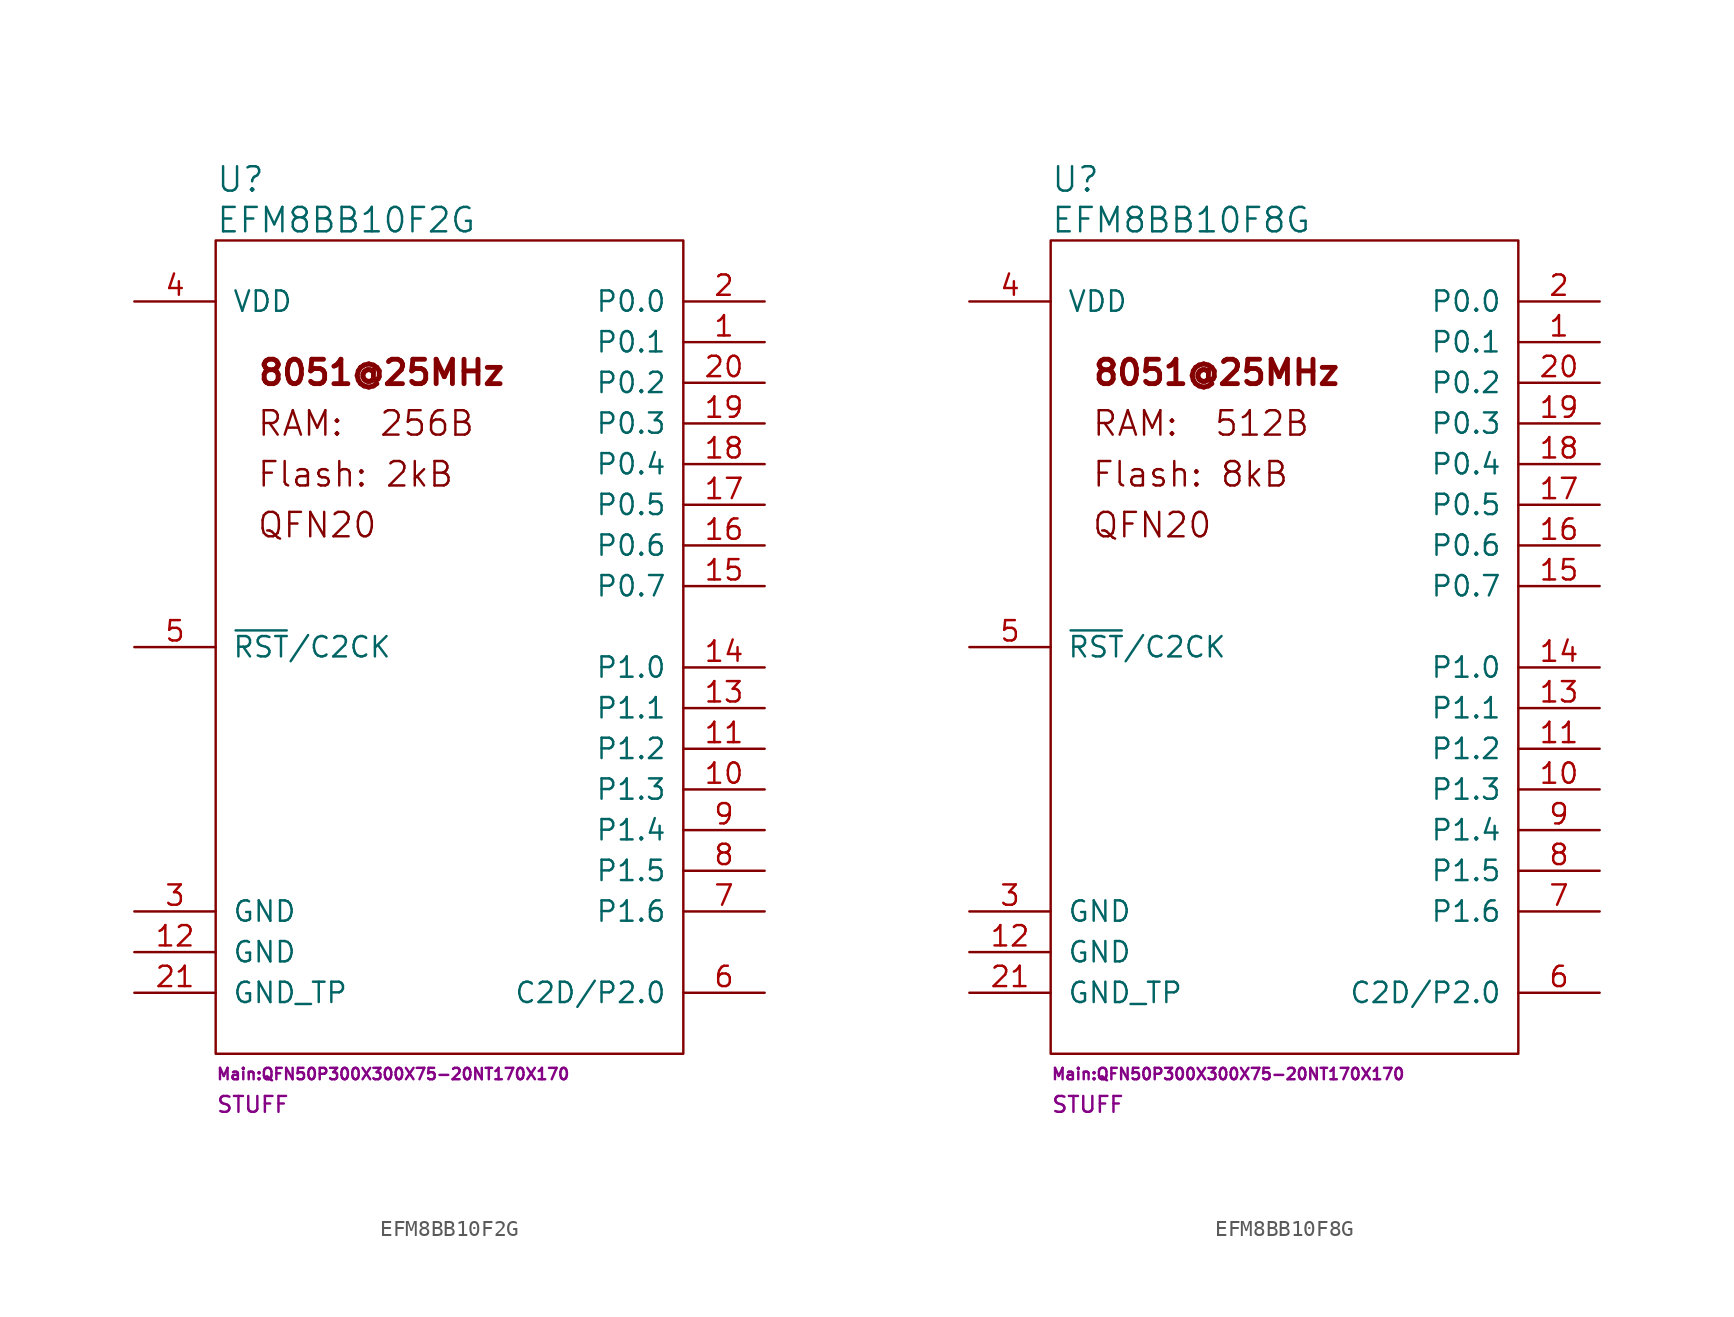
<source format=kicad_sym>
(kicad_symbol_lib
  (version 20211014)
  (generator kicad_symbol_editor)
  (symbol "EFM8BB10F2G"
    (pin_names
      (offset 1.016))
    (property "Reference" "U"
      (at -15.24 29.21 0)
      (effects (font (size 1.524 1.524)) (justify left)))
    (property "Value" "EFM8BB10F2G"
      (at -15.24 26.67 0)
      (effects (font (size 1.524 1.524)) (justify left)))
    (property "Footprint" "Main:QFN50P300X300X75-20NT170X170"
      (at -15.24 -26.67 0)
      (effects (font (size 0.711 0.711)) (justify left)))
    (property "Datasheet" ""
      (at 0 -15.24 0)
      (effects (font (size 1.524 1.524))))
    (property "SKU" "STUFF"
      (at -15.24 -28.575 0)
      (effects (font (size 0.991 0.991)) (justify left)))
    (symbol "EFM8BB10F2G_0_0"
      (text "8051@25MHz" (at -12.7 17.145 0) (effects (font (size 1.524 1.524) bold) (justify left)))
      (text "Flash: 2kB" (at -12.7 10.795 0) (effects (font (size 1.524 1.524)) (justify left)))
      (text "QFN20" (at -12.7 7.62 0) (effects (font (size 1.524 1.524)) (justify left)))
      (text "RAM:  256B" (at -12.7 13.97 0) (effects (font (size 1.524 1.524)) (justify left))))
    (symbol "EFM8BB10F2G_0_1"
      (rectangle (start -15.24 25.4) (end 13.97 -25.4) (stroke (width 0) (type default) (color 0 0 0 0)) (fill (type none))))
    (symbol "EFM8BB10F2G_1_1"
      (pin bidirectional line (at 19.05 19.05 180) (length 5.08) (name "P0.1" (effects (font (size 1.27 1.27)))) (number "1" (effects (font (size 1.27 1.27)))))
      (pin bidirectional line (at 19.05 -8.89 180) (length 5.08) (name "P1.3" (effects (font (size 1.27 1.27)))) (number "10" (effects (font (size 1.27 1.27)))))
      (pin bidirectional line (at 19.05 -6.35 180) (length 5.08) (name "P1.2" (effects (font (size 1.27 1.27)))) (number "11" (effects (font (size 1.27 1.27)))))
      (pin power_in line (at -20.32 -19.05 0) (length 5.08) (name "GND" (effects (font (size 1.27 1.27)))) (number "12" (effects (font (size 1.27 1.27)))))
      (pin bidirectional line (at 19.05 -3.81 180) (length 5.08) (name "P1.1" (effects (font (size 1.27 1.27)))) (number "13" (effects (font (size 1.27 1.27)))))
      (pin bidirectional line (at 19.05 -1.27 180) (length 5.08) (name "P1.0" (effects (font (size 1.27 1.27)))) (number "14" (effects (font (size 1.27 1.27)))))
      (pin bidirectional line (at 19.05 3.81 180) (length 5.08) (name "P0.7" (effects (font (size 1.27 1.27)))) (number "15" (effects (font (size 1.27 1.27)))))
      (pin bidirectional line (at 19.05 6.35 180) (length 5.08) (name "P0.6" (effects (font (size 1.27 1.27)))) (number "16" (effects (font (size 1.27 1.27)))))
      (pin bidirectional line (at 19.05 8.89 180) (length 5.08) (name "P0.5" (effects (font (size 1.27 1.27)))) (number "17" (effects (font (size 1.27 1.27)))))
      (pin bidirectional line (at 19.05 11.43 180) (length 5.08) (name "P0.4" (effects (font (size 1.27 1.27)))) (number "18" (effects (font (size 1.27 1.27)))))
      (pin bidirectional line (at 19.05 13.97 180) (length 5.08) (name "P0.3" (effects (font (size 1.27 1.27)))) (number "19" (effects (font (size 1.27 1.27)))))
      (pin bidirectional line (at 19.05 21.59 180) (length 5.08) (name "P0.0" (effects (font (size 1.27 1.27)))) (number "2" (effects (font (size 1.27 1.27)))))
      (pin bidirectional line (at 19.05 16.51 180) (length 5.08) (name "P0.2" (effects (font (size 1.27 1.27)))) (number "20" (effects (font (size 1.27 1.27)))))
      (pin power_in line (at -20.32 -21.59 0) (length 5.08) (name "GND_TP" (effects (font (size 1.27 1.27)))) (number "21" (effects (font (size 1.27 1.27)))))
      (pin power_in line (at -20.32 -16.51 0) (length 5.08) (name "GND" (effects (font (size 1.27 1.27)))) (number "3" (effects (font (size 1.27 1.27)))))
      (pin power_in line (at -20.32 21.59 0) (length 5.08) (name "VDD" (effects (font (size 1.27 1.27)))) (number "4" (effects (font (size 1.27 1.27)))))
      (pin input line (at -20.32 0 0) (length 5.08) (name "~{RST}/C2CK" (effects (font (size 1.27 1.27)))) (number "5" (effects (font (size 1.27 1.27)))))
      (pin bidirectional line (at 19.05 -21.59 180) (length 5.08) (name "C2D/P2.0" (effects (font (size 1.27 1.27)))) (number "6" (effects (font (size 1.27 1.27)))))
      (pin bidirectional line (at 19.05 -16.51 180) (length 5.08) (name "P1.6" (effects (font (size 1.27 1.27)))) (number "7" (effects (font (size 1.27 1.27)))))
      (pin bidirectional line (at 19.05 -13.97 180) (length 5.08) (name "P1.5" (effects (font (size 1.27 1.27)))) (number "8" (effects (font (size 1.27 1.27)))))
      (pin bidirectional line (at 19.05 -11.43 180) (length 5.08) (name "P1.4" (effects (font (size 1.27 1.27)))) (number "9" (effects (font (size 1.27 1.27)))))))
  (symbol "EFM8BB10F8G"
    (pin_names
      (offset 1.016))
    (property "Reference" "U"
      (at -15.24 29.21 0)
      (effects (font (size 1.524 1.524)) (justify left)))
    (property "Value" "EFM8BB10F8G"
      (at -15.24 26.67 0)
      (effects (font (size 1.524 1.524)) (justify left)))
    (property "Footprint" "Main:QFN50P300X300X75-20NT170X170"
      (at -15.24 -26.67 0)
      (effects (font (size 0.711 0.711)) (justify left)))
    (property "Datasheet" ""
      (at 0 -15.24 0)
      (effects (font (size 1.524 1.524))))
    (property "SKU" "STUFF"
      (at -15.24 -28.575 0)
      (effects (font (size 0.991 0.991)) (justify left)))
    (symbol "EFM8BB10F8G_0_0"
      (text "8051@25MHz" (at -12.7 17.145 0) (effects (font (size 1.524 1.524) bold) (justify left)))
      (text "Flash: 8kB" (at -12.7 10.795 0) (effects (font (size 1.524 1.524)) (justify left)))
      (text "QFN20" (at -12.7 7.62 0) (effects (font (size 1.524 1.524)) (justify left)))
      (text "RAM:  512B" (at -12.7 13.97 0) (effects (font (size 1.524 1.524)) (justify left))))
    (symbol "EFM8BB10F8G_0_1"
      (rectangle (start -15.24 25.4) (end 13.97 -25.4) (stroke (width 0) (type default) (color 0 0 0 0)) (fill (type none))))
    (symbol "EFM8BB10F8G_1_1"
      (pin bidirectional line (at 19.05 19.05 180) (length 5.08) (name "P0.1" (effects (font (size 1.27 1.27)))) (number "1" (effects (font (size 1.27 1.27)))))
      (pin bidirectional line (at 19.05 -8.89 180) (length 5.08) (name "P1.3" (effects (font (size 1.27 1.27)))) (number "10" (effects (font (size 1.27 1.27)))))
      (pin bidirectional line (at 19.05 -6.35 180) (length 5.08) (name "P1.2" (effects (font (size 1.27 1.27)))) (number "11" (effects (font (size 1.27 1.27)))))
      (pin power_in line (at -20.32 -19.05 0) (length 5.08) (name "GND" (effects (font (size 1.27 1.27)))) (number "12" (effects (font (size 1.27 1.27)))))
      (pin bidirectional line (at 19.05 -3.81 180) (length 5.08) (name "P1.1" (effects (font (size 1.27 1.27)))) (number "13" (effects (font (size 1.27 1.27)))))
      (pin bidirectional line (at 19.05 -1.27 180) (length 5.08) (name "P1.0" (effects (font (size 1.27 1.27)))) (number "14" (effects (font (size 1.27 1.27)))))
      (pin bidirectional line (at 19.05 3.81 180) (length 5.08) (name "P0.7" (effects (font (size 1.27 1.27)))) (number "15" (effects (font (size 1.27 1.27)))))
      (pin bidirectional line (at 19.05 6.35 180) (length 5.08) (name "P0.6" (effects (font (size 1.27 1.27)))) (number "16" (effects (font (size 1.27 1.27)))))
      (pin bidirectional line (at 19.05 8.89 180) (length 5.08) (name "P0.5" (effects (font (size 1.27 1.27)))) (number "17" (effects (font (size 1.27 1.27)))))
      (pin bidirectional line (at 19.05 11.43 180) (length 5.08) (name "P0.4" (effects (font (size 1.27 1.27)))) (number "18" (effects (font (size 1.27 1.27)))))
      (pin bidirectional line (at 19.05 13.97 180) (length 5.08) (name "P0.3" (effects (font (size 1.27 1.27)))) (number "19" (effects (font (size 1.27 1.27)))))
      (pin bidirectional line (at 19.05 21.59 180) (length 5.08) (name "P0.0" (effects (font (size 1.27 1.27)))) (number "2" (effects (font (size 1.27 1.27)))))
      (pin bidirectional line (at 19.05 16.51 180) (length 5.08) (name "P0.2" (effects (font (size 1.27 1.27)))) (number "20" (effects (font (size 1.27 1.27)))))
      (pin power_in line (at -20.32 -21.59 0) (length 5.08) (name "GND_TP" (effects (font (size 1.27 1.27)))) (number "21" (effects (font (size 1.27 1.27)))))
      (pin power_in line (at -20.32 -16.51 0) (length 5.08) (name "GND" (effects (font (size 1.27 1.27)))) (number "3" (effects (font (size 1.27 1.27)))))
      (pin power_in line (at -20.32 21.59 0) (length 5.08) (name "VDD" (effects (font (size 1.27 1.27)))) (number "4" (effects (font (size 1.27 1.27)))))
      (pin input line (at -20.32 0 0) (length 5.08) (name "~{RST}/C2CK" (effects (font (size 1.27 1.27)))) (number "5" (effects (font (size 1.27 1.27)))))
      (pin bidirectional line (at 19.05 -21.59 180) (length 5.08) (name "C2D/P2.0" (effects (font (size 1.27 1.27)))) (number "6" (effects (font (size 1.27 1.27)))))
      (pin bidirectional line (at 19.05 -16.51 180) (length 5.08) (name "P1.6" (effects (font (size 1.27 1.27)))) (number "7" (effects (font (size 1.27 1.27)))))
      (pin bidirectional line (at 19.05 -13.97 180) (length 5.08) (name "P1.5" (effects (font (size 1.27 1.27)))) (number "8" (effects (font (size 1.27 1.27)))))
      (pin bidirectional line (at 19.05 -11.43 180) (length 5.08) (name "P1.4" (effects (font (size 1.27 1.27)))) (number "9" (effects (font (size 1.27 1.27))))))))
</source>
